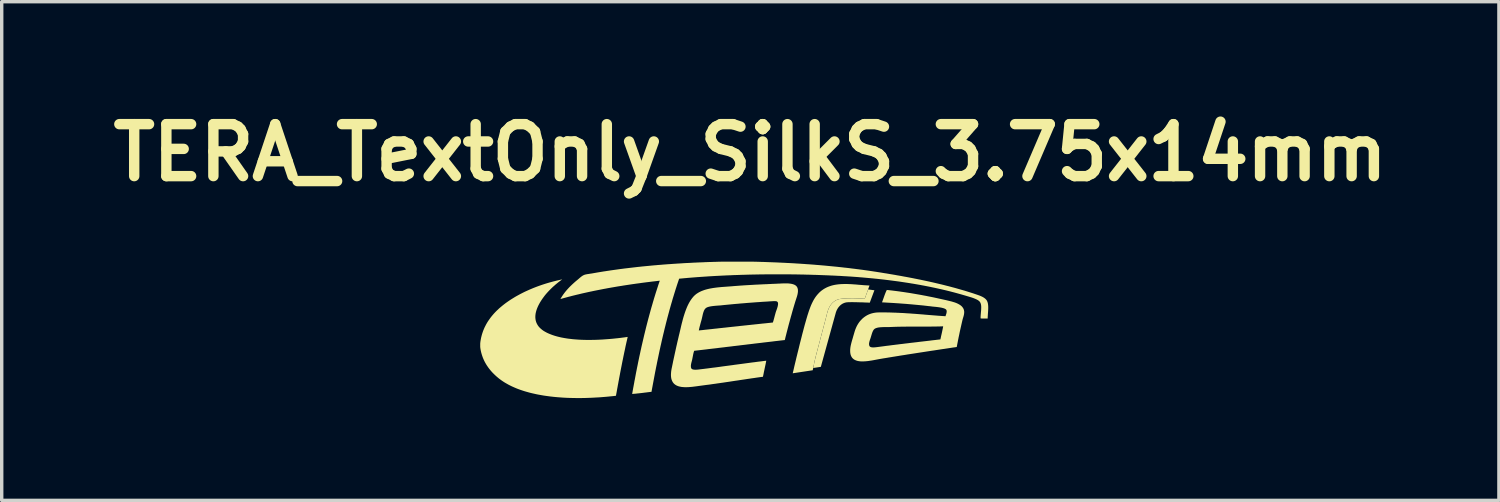
<source format=kicad_pcb>
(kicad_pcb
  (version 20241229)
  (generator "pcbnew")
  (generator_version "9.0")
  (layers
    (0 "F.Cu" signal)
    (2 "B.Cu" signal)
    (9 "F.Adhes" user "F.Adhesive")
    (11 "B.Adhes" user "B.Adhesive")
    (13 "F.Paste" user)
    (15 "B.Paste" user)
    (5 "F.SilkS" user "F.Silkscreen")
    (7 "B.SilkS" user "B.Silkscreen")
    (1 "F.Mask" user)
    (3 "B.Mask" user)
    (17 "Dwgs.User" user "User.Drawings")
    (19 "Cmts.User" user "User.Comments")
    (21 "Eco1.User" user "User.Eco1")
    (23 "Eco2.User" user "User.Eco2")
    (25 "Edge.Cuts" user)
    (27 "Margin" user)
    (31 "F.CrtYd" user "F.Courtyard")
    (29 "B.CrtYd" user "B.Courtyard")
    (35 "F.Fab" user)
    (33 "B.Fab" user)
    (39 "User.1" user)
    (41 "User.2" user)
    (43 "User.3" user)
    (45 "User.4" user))
  (footprint "TERA_TextOnly_SilkS_3.75x14mm"
    (layer "F.Cu")
    (at 18.956 6.592)
    (property "Reference" "TERA_TextOnly_SilkS_3.75x14mm" (at 0 -5.166 0) (layer "F.SilkS") (effects (font (size 1.524 1.524) (thickness 0.305))))
    (attr smd)
    (fp_poly (pts (xy 1.88 0.972) (xy 1.917 0.816) (xy 2.236 -0.389) (xy 2.24 -0.406) (xy 2.25 -0.449) (xy 2.267 -0.507) (xy 2.272 -0.525) (xy 2.281 -0.55) (xy 2.292 -0.579) (xy 2.307 -0.613) (xy 2.325 -0.649) (xy 2.348 -0.686) (xy 2.376 -0.723) (xy 2.409 -0.76) (xy 2.447 -0.793) (xy 2.491 -0.824) (xy 2.541 -0.849) (xy 2.598 -0.868) (xy 2.661 -0.879) (xy 2.725 -0.885) (xy 2.792 -0.889) (xy 2.859 -0.892) (xy 2.927 -0.893) (xy 2.993 -0.894) (xy 3.057 -0.893) (xy 3.118 -0.891) (xy 3.174 -0.889) (xy 3.224 -0.887) (xy 3.268 -0.885) (xy 3.304 -0.883) (xy 3.332 -0.881) (xy 3.349 -0.88) (xy 3.355 -0.879) (xy 3.455 -1.153) (xy 3.639 -1.129) (xy 3.503 -0.765) (xy 3.496 -0.765) (xy 3.476 -0.766) (xy 3.445 -0.768) (xy 3.403 -0.769) (xy 3.352 -0.771) (xy 3.294 -0.774) (xy 3.231 -0.775) (xy 3.163 -0.777) (xy 3.091 -0.779) (xy 3.019 -0.78) (xy 2.946 -0.78) (xy 2.874 -0.779) (xy 2.808 -0.773) (xy 2.749 -0.756) (xy 2.698 -0.731) (xy 2.654 -0.701) (xy 2.617 -0.666) (xy 2.586 -0.63) (xy 2.561 -0.593) (xy 2.542 -0.559) (xy 2.527 -0.528) (xy 2.518 -0.504) (xy 2.512 -0.488) (xy 2.51 -0.482) (xy 2.068 1.117) (xy 1.845 1.151) (xy 1.88 0.972) (xy 1.88 0.972)) (stroke (width 0) (type solid)) (fill yes) (layer "F.SilkS"))
    (fp_poly (pts (xy 1.83 1.217) (xy 1.243 1.306) (xy 1.244 1.303) (xy 1.246 1.293) (xy 1.25 1.279) (xy 1.255 1.258) (xy 1.261 1.233) (xy 1.268 1.202) (xy 1.276 1.168) (xy 1.285 1.128) (xy 1.295 1.085) (xy 1.306 1.039) (xy 1.318 0.989) (xy 1.331 0.936) (xy 1.344 0.88) (xy 1.358 0.822) (xy 1.373 0.762) (xy 1.388 0.7) (xy 1.404 0.637) (xy 1.42 0.572) (xy 1.436 0.506) (xy 1.452 0.44) (xy 1.469 0.374) (xy 1.486 0.307) (xy 1.503 0.241) (xy 1.519 0.176) (xy 1.536 0.111) (xy 1.553 0.048) (xy 1.569 -0.014) (xy 1.585 -0.074) (xy 1.601 -0.132) (xy 1.617 -0.187) (xy 1.632 -0.24) (xy 1.646 -0.29) (xy 1.662 -0.343) (xy 1.677 -0.395) (xy 1.694 -0.446) (xy 1.71 -0.497) (xy 1.727 -0.547) (xy 1.745 -0.596) (xy 1.763 -0.644) (xy 1.782 -0.691) (xy 1.802 -0.736) (xy 1.824 -0.781) (xy 1.846 -0.824) (xy 1.87 -0.866) (xy 1.896 -0.907) (xy 1.923 -0.946) (xy 1.952 -0.983) (xy 1.982 -1.018) (xy 2.013 -1.052) (xy 2.046 -1.083) (xy 2.081 -1.113) (xy 2.118 -1.14) (xy 2.156 -1.166) (xy 2.196 -1.189) (xy 2.238 -1.211) (xy 2.281 -1.23) (xy 2.327 -1.247) (xy 2.374 -1.263) (xy 2.423 -1.276) (xy 2.474 -1.287) (xy 2.528 -1.296) (xy 2.583 -1.303) (xy 2.64 -1.308) (xy 2.693 -1.311) (xy 2.745 -1.312) (xy 2.796 -1.313) (xy 2.847 -1.312) (xy 2.898 -1.31) (xy 2.948 -1.308) (xy 2.998 -1.305) (xy 3.048 -1.301) (xy 3.098 -1.298) (xy 3.147 -1.293) (xy 3.196 -1.289) (xy 3.246 -1.285) (xy 3.295 -1.281) (xy 3.344 -1.277) (xy 3.394 -1.274) (xy 3.444 -1.271) (xy 3.494 -1.269) (xy 3.482 -1.23) (xy 3.467 -1.192) (xy 3.455 -1.153) (xy 3.355 -0.879) (xy 3.349 -0.88) (xy 3.332 -0.881) (xy 3.304 -0.883) (xy 3.268 -0.885) (xy 3.224 -0.887) (xy 3.174 -0.889) (xy 3.118 -0.891) (xy 3.057 -0.893) (xy 2.993 -0.894) (xy 2.927 -0.893) (xy 2.859 -0.892) (xy 2.792 -0.889) (xy 2.725 -0.885) (xy 2.661 -0.879) (xy 2.598 -0.868) (xy 2.541 -0.849) (xy 2.491 -0.824) (xy 2.447 -0.793) (xy 2.409 -0.76) (xy 2.376 -0.723) (xy 2.348 -0.686) (xy 2.325 -0.649) (xy 2.307 -0.613) (xy 2.292 -0.579) (xy 2.281 -0.55) (xy 2.272 -0.525) (xy 2.267 -0.507) (xy 2.25 -0.449) (xy 2.24 -0.406) (xy 2.236 -0.389) (xy 1.917 0.816) (xy 1.88 0.972) (xy 1.845 1.151) (xy 1.835 1.192) (xy 1.83 1.217)) (stroke (width 0) (type solid)) (fill yes) (layer "F.SilkS"))
    (fp_poly (pts (xy -3.597 0.239) (xy -3.608 0.288) (xy -3.619 0.338) (xy -3.631 0.388) (xy -3.642 0.437) (xy -3.653 0.487) (xy -3.664 0.537) (xy -3.674 0.587) (xy -3.685 0.638) (xy -3.696 0.688) (xy -3.706 0.738) (xy -3.717 0.789) (xy -3.727 0.839) (xy -3.737 0.89) (xy -3.748 0.94) (xy -3.758 0.991) (xy -3.768 1.042) (xy -3.778 1.093) (xy -3.788 1.144) (xy -3.798 1.195) (xy -3.808 1.246) (xy -3.818 1.297) (xy -3.827 1.348) (xy -3.837 1.399) (xy -3.847 1.451) (xy -3.856 1.502) (xy -3.866 1.553) (xy -3.875 1.605) (xy -3.885 1.656) (xy -3.894 1.708) (xy -3.904 1.759) (xy -3.913 1.811) (xy -3.922 1.862) (xy -3.932 1.914) (xy -3.941 1.965) (xy -3.996 1.972) (xy -4.052 1.978) (xy -4.107 1.983) (xy -4.163 1.989) (xy -4.218 1.994) (xy -4.274 1.999) (xy -4.33 2.003) (xy -4.386 2.008) (xy -4.442 2.012) (xy -4.499 2.015) (xy -4.555 2.018) (xy -4.611 2.021) (xy -4.667 2.024) (xy -4.723 2.026) (xy -4.779 2.028) (xy -4.836 2.03) (xy -4.892 2.031) (xy -4.948 2.032) (xy -5.003 2.032) (xy -5.059 2.032) (xy -5.115 2.032) (xy -5.17 2.031) (xy -5.226 2.03) (xy -5.281 2.029) (xy -5.336 2.027) (xy -5.391 2.025) (xy -5.445 2.022) (xy -5.5 2.019) (xy -5.554 2.015) (xy -5.608 2.011) (xy -5.661 2.007) (xy -5.715 2.002) (xy -5.768 1.997) (xy -5.821 1.991) (xy -5.873 1.985) (xy -5.925 1.978) (xy -5.977 1.971) (xy -6.028 1.964) (xy -6.079 1.956) (xy -6.13 1.947) (xy -6.18 1.938) (xy -6.23 1.929) (xy -6.279 1.919) (xy -6.328 1.908) (xy -6.377 1.897) (xy -6.425 1.886) (xy -6.472 1.874) (xy -6.519 1.861) (xy -6.565 1.848) (xy -6.611 1.835) (xy -6.656 1.821) (xy -6.701 1.806) (xy -6.745 1.791) (xy -6.789 1.775) (xy -6.832 1.759) (xy -6.874 1.742) (xy -6.916 1.724) (xy -6.957 1.706) (xy -6.997 1.688) (xy -7.037 1.668) (xy -7.076 1.649) (xy -7.114 1.628) (xy -7.151 1.607) (xy -7.188 1.586) (xy -7.224 1.564) (xy -7.259 1.541) (xy -7.294 1.517) (xy -7.327 1.493) (xy -7.36 1.469) (xy -7.392 1.443) (xy -7.423 1.417) (xy -7.458 1.387) (xy -7.492 1.355) (xy -7.526 1.322) (xy -7.559 1.289) (xy -7.591 1.254) (xy -7.622 1.218) (xy -7.652 1.181) (xy -7.681 1.143) (xy -7.708 1.104) (xy -7.735 1.064) (xy -7.76 1.022) (xy -7.784 0.98) (xy -7.806 0.936) (xy -7.827 0.89) (xy -7.846 0.844) (xy -7.863 0.796) (xy -7.879 0.746) (xy -7.893 0.696) (xy -7.905 0.644) (xy -7.915 0.59) (xy -7.922 0.535) (xy -7.922 0.433) (xy -7.916 0.377) (xy -7.907 0.322) (xy -7.897 0.268) (xy -7.884 0.215) (xy -7.87 0.163) (xy -7.854 0.113) (xy -7.837 0.064) (xy -7.817 0.015) (xy -7.797 -0.032) (xy -7.774 -0.078) (xy -7.751 -0.123) (xy -7.726 -0.167) (xy -7.7 -0.21) (xy -7.672 -0.251) (xy -7.643 -0.292) (xy -7.614 -0.332) (xy -7.583 -0.371) (xy -7.551 -0.409) (xy -7.519 -0.446) (xy -7.485 -0.482) (xy -7.451 -0.517) (xy -7.416 -0.551) (xy -7.381 -0.584) (xy -7.345 -0.616) (xy -7.308 -0.647) (xy -7.271 -0.678) (xy -7.234 -0.707) (xy -7.197 -0.736) (xy -7.159 -0.764) (xy -7.121 -0.791) (xy -7.083 -0.817) (xy -7.045 -0.843) (xy -7.004 -0.869) (xy -6.962 -0.895) (xy -6.92 -0.921) (xy -6.878 -0.946) (xy -6.835 -0.97) (xy -6.791 -0.994) (xy -6.747 -1.018) (xy -6.702 -1.041) (xy -6.657 -1.064) (xy -6.612 -1.086) (xy -6.566 -1.107) (xy -6.519 -1.128) (xy -6.473 -1.149) (xy -6.425 -1.169) (xy -6.378 -1.189) (xy -6.33 -1.208) (xy -6.281 -1.227) (xy -6.233 -1.245) (xy -6.183 -1.263) (xy -6.134 -1.28) (xy -6.084 -1.297) (xy -6.034 -1.313) (xy -5.984 -1.329) (xy -5.933 -1.344) (xy -5.882 -1.359) (xy -5.83 -1.373) (xy -5.779 -1.387) (xy -5.727 -1.4) (xy -5.675 -1.413) (xy -5.622 -1.425) (xy -5.57 -1.437) (xy -5.517 -1.449) (xy -5.557 -1.419) (xy -5.597 -1.389) (xy -5.636 -1.359) (xy -5.674 -1.328) (xy -5.713 -1.296) (xy -5.75 -1.263) (xy -5.788 -1.23) (xy -5.824 -1.196) (xy -5.86 -1.161) (xy -5.895 -1.125) (xy -5.929 -1.089) (xy -5.963 -1.052) (xy -5.996 -1.014) (xy -6.028 -0.975) (xy -6.058 -0.935) (xy -6.088 -0.894) (xy -6.117 -0.852) (xy -6.145 -0.809) (xy -6.172 -0.765) (xy -6.194 -0.725) (xy -6.216 -0.683) (xy -6.237 -0.638) (xy -6.256 -0.591) (xy -6.273 -0.543) (xy -6.287 -0.493) (xy -6.298 -0.442) (xy -6.304 -0.391) (xy -6.306 -0.339) (xy -6.302 -0.288) (xy -6.293 -0.236) (xy -6.278 -0.188) (xy -6.258 -0.143) (xy -6.234 -0.102) (xy -6.206 -0.063) (xy -6.174 -0.028) (xy -6.138 0.005) (xy -6.1 0.036) (xy -6.06 0.064) (xy -6.017 0.089) (xy -5.973 0.113) (xy -5.935 0.131) (xy -5.896 0.148) (xy -5.856 0.164) (xy -5.815 0.18) (xy -5.773 0.194) (xy -5.73 0.208) (xy -5.685 0.221) (xy -5.64 0.233) (xy -5.594 0.244) (xy -5.547 0.255) (xy -5.499 0.264) (xy -5.45 0.273) (xy -5.401 0.281) (xy -5.351 0.289) (xy -5.3 0.295) (xy -5.249 0.301) (xy -5.197 0.307) (xy -5.145 0.311) (xy -5.092 0.315) (xy -5.038 0.319) (xy -4.985 0.322) (xy -4.931 0.324) (xy -4.876 0.326) (xy -4.822 0.327) (xy -4.767 0.327) (xy -4.712 0.327) (xy -4.657 0.327) (xy -4.602 0.326) (xy -4.547 0.325) (xy -4.491 0.323) (xy -4.436 0.321) (xy -4.381 0.318) (xy -4.326 0.315) (xy -4.272 0.311) (xy -4.217 0.307) (xy -4.163 0.303) (xy -4.109 0.299) (xy -4.055 0.294) (xy -4.002 0.289) (xy -3.949 0.283) (xy -3.897 0.278) (xy -3.846 0.272) (xy -3.794 0.266) (xy -3.744 0.259) (xy -3.694 0.253) (xy -3.645 0.246) (xy -3.597 0.239)) (stroke (width 0) (type solid)) (fill yes) (layer "F.SilkS"))
    (fp_poly (pts (xy 6.272 -0.508) (xy 5.574 0.312) (xy 5.585 0.264) (xy 5.595 0.216) (xy 5.606 0.169) (xy 5.617 0.121) (xy 5.627 0.074) (xy 5.637 0.026) (xy 5.647 -0.023) (xy 5.656 -0.071) (xy 5.607 -0.07) (xy 5.557 -0.068) (xy 5.506 -0.067) (xy 5.455 -0.066) (xy 5.403 -0.065) (xy 5.351 -0.065) (xy 5.299 -0.064) (xy 5.246 -0.064) (xy 5.194 -0.064) (xy 5.14 -0.064) (xy 5.087 -0.064) (xy 5.033 -0.064) (xy 4.98 -0.064) (xy 4.926 -0.064) (xy 4.872 -0.064) (xy 4.818 -0.064) (xy 4.764 -0.063) (xy 4.71 -0.063) (xy 4.656 -0.063) (xy 4.602 -0.063) (xy 4.548 -0.062) (xy 4.494 -0.062) (xy 4.44 -0.061) (xy 4.387 -0.06) (xy 4.334 -0.059) (xy 4.281 -0.058) (xy 4.228 -0.056) (xy 4.176 -0.054) (xy 4.124 -0.052) (xy 4.072 -0.05) (xy 4.019 -0.05) (xy 3.966 -0.05) (xy 3.914 -0.049) (xy 3.863 -0.047) (xy 3.814 -0.044) (xy 3.768 -0.039) (xy 3.726 -0.031) (xy 3.687 -0.019) (xy 3.654 -0.004) (xy 3.625 0.02) (xy 3.602 0.054) (xy 3.582 0.096) (xy 3.566 0.142) (xy 3.551 0.191) (xy 3.537 0.239) (xy 3.524 0.28) (xy 3.507 0.328) (xy 3.492 0.379) (xy 3.482 0.43) (xy 3.483 0.477) (xy 3.498 0.515) (xy 3.524 0.535) (xy 3.561 0.545) (xy 3.606 0.548) (xy 3.654 0.545) (xy 3.7 0.54) (xy 3.741 0.535) (xy 3.794 0.528) (xy 3.847 0.521) (xy 3.9 0.514) (xy 3.952 0.507) (xy 4.005 0.5) (xy 4.058 0.494) (xy 4.111 0.487) (xy 4.163 0.48) (xy 4.216 0.474) (xy 4.268 0.467) (xy 4.321 0.461) (xy 4.373 0.454) (xy 4.426 0.448) (xy 4.478 0.442) (xy 4.531 0.435) (xy 4.583 0.429) (xy 4.635 0.423) (xy 4.687 0.416) (xy 4.74 0.41) (xy 4.792 0.404) (xy 4.844 0.398) (xy 4.896 0.392) (xy 4.949 0.385) (xy 5.001 0.379) (xy 5.053 0.373) (xy 5.105 0.367) (xy 5.157 0.361) (xy 5.209 0.355) (xy 5.261 0.349) (xy 5.314 0.342) (xy 5.366 0.336) (xy 5.418 0.33) (xy 5.47 0.324) (xy 5.522 0.318) (xy 5.574 0.312) (xy 5.574 0.312) (xy 6.272 -0.508) (xy 6.272 -0.464) (xy 6.266 -0.42) (xy 6.256 -0.376) (xy 6.243 -0.332) (xy 6.23 -0.289) (xy 6.219 -0.246) (xy 6.208 -0.199) (xy 6.197 -0.151) (xy 6.186 -0.102) (xy 6.175 -0.054) (xy 6.164 -0.005) (xy 6.153 0.044) (xy 6.142 0.094) (xy 6.132 0.143) (xy 6.122 0.193) (xy 6.111 0.242) (xy 6.101 0.292) (xy 6.091 0.341) (xy 6.082 0.39) (xy 6.072 0.439) (xy 6.063 0.487) (xy 6.054 0.535) (xy 6.002 0.543) (xy 5.949 0.55) (xy 5.897 0.558) (xy 5.845 0.566) (xy 5.793 0.574) (xy 5.74 0.582) (xy 5.688 0.59) (xy 5.636 0.597) (xy 5.584 0.605) (xy 5.532 0.613) (xy 5.48 0.621) (xy 5.428 0.629) (xy 5.377 0.637) (xy 5.325 0.644) (xy 5.273 0.652) (xy 5.221 0.66) (xy 5.169 0.668) (xy 5.118 0.676) (xy 5.066 0.684) (xy 5.014 0.692) (xy 4.962 0.7) (xy 4.91 0.708) (xy 4.859 0.716) (xy 4.807 0.724) (xy 4.755 0.732) (xy 4.703 0.74) (xy 4.651 0.748) (xy 4.599 0.756) (xy 4.547 0.765) (xy 4.495 0.773) (xy 4.443 0.781) (xy 4.391 0.789) (xy 4.339 0.798) (xy 4.287 0.806) (xy 4.234 0.815) (xy 4.182 0.823) (xy 4.13 0.832) (xy 4.077 0.84) (xy 4.025 0.849) (xy 3.972 0.858) (xy 3.919 0.866) (xy 3.866 0.875) (xy 3.814 0.884) (xy 3.774 0.891) (xy 3.732 0.899) (xy 3.689 0.907) (xy 3.645 0.915) (xy 3.599 0.924) (xy 3.552 0.932) (xy 3.505 0.939) (xy 3.458 0.946) (xy 3.411 0.951) (xy 3.364 0.955) (xy 3.318 0.957) (xy 3.273 0.958) (xy 3.23 0.956) (xy 3.188 0.951) (xy 3.148 0.944) (xy 3.111 0.933) (xy 3.076 0.919) (xy 3.044 0.902) (xy 3.015 0.88) (xy 2.99 0.855) (xy 2.969 0.825) (xy 2.952 0.79) (xy 2.939 0.75) (xy 2.931 0.704) (xy 2.928 0.654) (xy 2.929 0.604) (xy 2.934 0.554) (xy 2.942 0.505) (xy 2.953 0.456) (xy 2.965 0.408) (xy 2.978 0.361) (xy 2.991 0.316) (xy 3.004 0.273) (xy 3.018 0.222) (xy 3.033 0.172) (xy 3.047 0.124) (xy 3.061 0.077) (xy 3.076 0.031) (xy 3.094 -0.014) (xy 3.113 -0.058) (xy 3.135 -0.101) (xy 3.159 -0.142) (xy 3.185 -0.181) (xy 3.213 -0.218) (xy 3.244 -0.253) (xy 3.276 -0.287) (xy 3.31 -0.317) (xy 3.347 -0.346) (xy 3.385 -0.372) (xy 3.425 -0.396) (xy 3.468 -0.417) (xy 3.512 -0.435) (xy 3.559 -0.45) (xy 3.607 -0.462) (xy 3.658 -0.471) (xy 3.71 -0.477) (xy 3.765 -0.479) (xy 3.821 -0.479) (xy 3.876 -0.479) (xy 3.931 -0.479) (xy 3.986 -0.479) (xy 4.041 -0.478) (xy 4.095 -0.477) (xy 4.148 -0.475) (xy 4.202 -0.473) (xy 4.255 -0.472) (xy 4.308 -0.469) (xy 4.361 -0.467) (xy 4.413 -0.464) (xy 4.466 -0.462) (xy 4.518 -0.459) (xy 4.569 -0.455) (xy 4.621 -0.452) (xy 4.672 -0.449) (xy 4.723 -0.445) (xy 4.774 -0.441) (xy 4.825 -0.438) (xy 4.876 -0.434) (xy 4.926 -0.43) (xy 4.977 -0.426) (xy 5.027 -0.422) (xy 5.077 -0.418) (xy 5.127 -0.413) (xy 5.177 -0.409) (xy 5.227 -0.405) (xy 5.277 -0.401) (xy 5.327 -0.397) (xy 5.377 -0.393) (xy 5.426 -0.389) (xy 5.476 -0.385) (xy 5.526 -0.381) (xy 5.575 -0.378) (xy 5.625 -0.374) (xy 5.675 -0.371) (xy 5.724 -0.367) (xy 5.737 -0.408) (xy 5.752 -0.454) (xy 5.76 -0.501) (xy 5.754 -0.547) (xy 5.737 -0.568) (xy 5.708 -0.587) (xy 5.668 -0.602) (xy 5.62 -0.615) (xy 5.568 -0.625) (xy 5.513 -0.633) (xy 5.459 -0.64) (xy 5.408 -0.645) (xy 5.363 -0.649) (xy 5.327 -0.653) (xy 5.276 -0.66) (xy 5.225 -0.665) (xy 5.174 -0.671) (xy 5.122 -0.677) (xy 5.07 -0.683) (xy 5.018 -0.688) (xy 4.966 -0.693) (xy 4.913 -0.698) (xy 4.861 -0.703) (xy 4.808 -0.708) (xy 4.755 -0.713) (xy 4.702 -0.718) (xy 4.649 -0.722) (xy 4.596 -0.727) (xy 4.543 -0.731) (xy 4.49 -0.735) (xy 4.437 -0.739) (xy 4.384 -0.743) (xy 4.331 -0.747) (xy 4.278 -0.75) (xy 4.225 -0.754) (xy 4.173 -0.757) (xy 4.121 -0.76) (xy 4.068 -0.763) (xy 4.016 -0.766) (xy 3.965 -0.769) (xy 3.913 -0.772) (xy 3.862 -0.775) (xy 3.879 -0.82) (xy 3.896 -0.868) (xy 3.914 -0.918) (xy 3.931 -0.967) (xy 3.949 -1.015) (xy 3.967 -1.061) (xy 3.985 -1.102) (xy 4.003 -1.138) (xy 4.056 -1.133) (xy 4.108 -1.127) (xy 4.161 -1.121) (xy 4.214 -1.114) (xy 4.266 -1.108) (xy 4.319 -1.101) (xy 4.372 -1.094) (xy 4.424 -1.086) (xy 4.477 -1.079) (xy 4.53 -1.071) (xy 4.582 -1.063) (xy 4.635 -1.055) (xy 4.687 -1.047) (xy 4.74 -1.038) (xy 4.792 -1.029) (xy 4.844 -1.02) (xy 4.896 -1.011) (xy 4.948 -1.002) (xy 5 -0.993) (xy 5.052 -0.983) (xy 5.103 -0.973) (xy 5.155 -0.964) (xy 5.206 -0.953) (xy 5.257 -0.943) (xy 5.308 -0.933) (xy 5.359 -0.923) (xy 5.41 -0.912) (xy 5.46 -0.901) (xy 5.51 -0.89) (xy 5.56 -0.879) (xy 5.61 -0.868) (xy 5.66 -0.857) (xy 5.709 -0.846) (xy 5.758 -0.835) (xy 5.807 -0.823) (xy 5.852 -0.812) (xy 5.898 -0.801) (xy 5.945 -0.787) (xy 5.992 -0.773) (xy 6.038 -0.756) (xy 6.083 -0.736) (xy 6.124 -0.714) (xy 6.163 -0.689) (xy 6.197 -0.661) (xy 6.225 -0.629) (xy 6.248 -0.593) (xy 6.264 -0.553) (xy 6.272 -0.508)) (stroke (width 0) (type solid)) (fill yes) (layer "F.SilkS"))
    (fp_poly (pts (xy 1.384 -1.197) (xy 0.744 -0.479) (xy 0.754 -0.51) (xy 0.77 -0.553) (xy 0.787 -0.602) (xy 0.802 -0.654) (xy 0.812 -0.705) (xy 0.813 -0.75) (xy 0.802 -0.784) (xy 0.77 -0.806) (xy 0.721 -0.811) (xy 0.661 -0.809) (xy 0.611 -0.806) (xy 0.561 -0.803) (xy 0.51 -0.799) (xy 0.459 -0.796) (xy 0.407 -0.793) (xy 0.356 -0.79) (xy 0.304 -0.786) (xy 0.251 -0.782) (xy 0.199 -0.779) (xy 0.146 -0.775) (xy 0.094 -0.771) (xy 0.041 -0.767) (xy -0.012 -0.763) (xy -0.065 -0.759) (xy -0.118 -0.755) (xy -0.171 -0.75) (xy -0.224 -0.746) (xy -0.277 -0.742) (xy -0.33 -0.737) (xy -0.383 -0.732) (xy -0.436 -0.728) (xy -0.488 -0.723) (xy -0.541 -0.718) (xy -0.593 -0.713) (xy -0.645 -0.708) (xy -0.697 -0.703) (xy -0.749 -0.698) (xy -0.801 -0.693) (xy -0.852 -0.687) (xy -0.897 -0.683) (xy -0.947 -0.68) (xy -0.999 -0.676) (xy -1.053 -0.671) (xy -1.106 -0.665) (xy -1.157 -0.658) (xy -1.205 -0.648) (xy -1.248 -0.636) (xy -1.284 -0.62) (xy -1.312 -0.6) (xy -1.34 -0.567) (xy -1.361 -0.527) (xy -1.378 -0.48) (xy -1.392 -0.431) (xy -1.403 -0.381) (xy -1.414 -0.333) (xy -1.424 -0.29) (xy -1.437 -0.24) (xy -1.451 -0.192) (xy -1.464 -0.145) (xy -1.476 -0.098) (xy -1.489 -0.051) (xy -1.5 -0.002) (xy -1.511 0.05) (xy -1.46 0.044) (xy -1.408 0.039) (xy -1.356 0.033) (xy -1.305 0.027) (xy -1.253 0.022) (xy -1.201 0.016) (xy -1.15 0.011) (xy -1.098 0.005) (xy -1.046 -0.001) (xy -0.995 -0.006) (xy -0.943 -0.012) (xy -0.891 -0.018) (xy -0.84 -0.023) (xy -0.788 -0.029) (xy -0.736 -0.034) (xy -0.685 -0.04) (xy -0.633 -0.046) (xy -0.581 -0.051) (xy -0.53 -0.057) (xy -0.478 -0.062) (xy -0.426 -0.068) (xy -0.374 -0.073) (xy -0.323 -0.079) (xy -0.271 -0.085) (xy -0.219 -0.09) (xy -0.168 -0.096) (xy -0.116 -0.101) (xy -0.064 -0.107) (xy -0.012 -0.112) (xy 0.039 -0.118) (xy 0.091 -0.123) (xy 0.143 -0.129) (xy 0.195 -0.134) (xy 0.247 -0.14) (xy 0.298 -0.145) (xy 0.35 -0.151) (xy 0.402 -0.156) (xy 0.454 -0.161) (xy 0.506 -0.167) (xy 0.558 -0.172) (xy 0.61 -0.178) (xy 0.661 -0.183) (xy 0.677 -0.233) (xy 0.69 -0.28) (xy 0.703 -0.327) (xy 0.715 -0.374) (xy 0.729 -0.425) (xy 0.744 -0.479) (xy 1.384 -1.197) (xy 1.395 -1.15) (xy 1.397 -1.101) (xy 1.392 -1.051) (xy 1.382 -0.999) (xy 1.368 -0.948) (xy 1.352 -0.898) (xy 1.336 -0.849) (xy 1.321 -0.804) (xy 1.307 -0.757) (xy 1.292 -0.709) (xy 1.278 -0.661) (xy 1.263 -0.611) (xy 1.249 -0.562) (xy 1.234 -0.511) (xy 1.22 -0.46) (xy 1.206 -0.409) (xy 1.191 -0.358) (xy 1.177 -0.306) (xy 1.163 -0.255) (xy 1.149 -0.203) (xy 1.135 -0.152) (xy 1.121 -0.101) (xy 1.108 -0.05) (xy 1.095 -0.000054) (xy 1.082 0.05) (xy 1.069 0.099) (xy 1.057 0.147) (xy 1.045 0.195) (xy 1.033 0.241) (xy 1.022 0.287) (xy 1.011 0.331) (xy 0.958 0.337) (xy 0.906 0.343) (xy 0.854 0.349) (xy 0.802 0.355) (xy 0.749 0.361) (xy 0.697 0.367) (xy 0.645 0.374) (xy 0.593 0.38) (xy 0.541 0.386) (xy 0.489 0.392) (xy 0.437 0.398) (xy 0.384 0.404) (xy 0.332 0.411) (xy 0.28 0.417) (xy 0.228 0.423) (xy 0.176 0.429) (xy 0.124 0.435) (xy 0.072 0.442) (xy 0.02 0.448) (xy -0.032 0.454) (xy -0.084 0.46) (xy -0.136 0.467) (xy -0.188 0.473) (xy -0.24 0.479) (xy -0.292 0.485) (xy -0.344 0.492) (xy -0.396 0.498) (xy -0.448 0.504) (xy -0.501 0.51) (xy -0.553 0.517) (xy -0.605 0.523) (xy -0.657 0.529) (xy -0.709 0.535) (xy -0.761 0.542) (xy -0.813 0.548) (xy -0.865 0.554) (xy -0.917 0.56) (xy -0.969 0.567) (xy -1.021 0.573) (xy -1.073 0.579) (xy -1.125 0.585) (xy -1.177 0.591) (xy -1.23 0.597) (xy -1.282 0.604) (xy -1.334 0.61) (xy -1.386 0.616) (xy -1.438 0.622) (xy -1.49 0.628) (xy -1.543 0.634) (xy -1.595 0.64) (xy -1.647 0.646) (xy -1.662 0.693) (xy -1.674 0.742) (xy -1.684 0.793) (xy -1.694 0.846) (xy -1.705 0.903) (xy -1.715 0.942) (xy -1.727 0.988) (xy -1.738 1.036) (xy -1.744 1.084) (xy -1.742 1.128) (xy -1.73 1.165) (xy -1.704 1.187) (xy -1.664 1.198) (xy -1.616 1.202) (xy -1.564 1.2) (xy -1.513 1.195) (xy -1.468 1.189) (xy -1.416 1.183) (xy -1.364 1.177) (xy -1.312 1.17) (xy -1.26 1.164) (xy -1.208 1.157) (xy -1.155 1.15) (xy -1.103 1.143) (xy -1.05 1.137) (xy -0.997 1.13) (xy -0.944 1.123) (xy -0.891 1.116) (xy -0.838 1.108) (xy -0.785 1.101) (xy -0.732 1.094) (xy -0.679 1.087) (xy -0.626 1.08) (xy -0.573 1.073) (xy -0.52 1.066) (xy -0.467 1.058) (xy -0.414 1.051) (xy -0.361 1.044) (xy -0.308 1.037) (xy -0.255 1.03) (xy -0.202 1.023) (xy -0.15 1.016) (xy -0.097 1.009) (xy -0.045 1.002) (xy 0.007 0.995) (xy 0.059 0.988) (xy 0.111 0.982) (xy 0.163 0.975) (xy 0.214 0.968) (xy 0.265 0.962) (xy 0.316 0.956) (xy 0.367 0.949) (xy 0.417 0.943) (xy 0.467 0.937) (xy 0.458 0.985) (xy 0.449 1.032) (xy 0.439 1.079) (xy 0.429 1.126) (xy 0.419 1.173) (xy 0.409 1.22) (xy 0.399 1.266) (xy 0.39 1.313) (xy 0.38 1.36) (xy 0.37 1.408) (xy 0.321 1.414) (xy 0.271 1.421) (xy 0.221 1.428) (xy 0.171 1.435) (xy 0.121 1.443) (xy 0.07 1.45) (xy 0.019 1.457) (xy -0.031 1.465) (xy -0.082 1.472) (xy -0.134 1.48) (xy -0.185 1.488) (xy -0.236 1.495) (xy -0.288 1.503) (xy -0.339 1.511) (xy -0.391 1.519) (xy -0.443 1.526) (xy -0.495 1.534) (xy -0.547 1.542) (xy -0.599 1.55) (xy -0.651 1.558) (xy -0.703 1.565) (xy -0.755 1.573) (xy -0.807 1.581) (xy -0.86 1.588) (xy -0.912 1.596) (xy -0.964 1.603) (xy -1.016 1.611) (xy -1.068 1.618) (xy -1.12 1.625) (xy -1.172 1.633) (xy -1.224 1.64) (xy -1.276 1.646) (xy -1.328 1.653) (xy -1.38 1.66) (xy -1.424 1.666) (xy -1.469 1.672) (xy -1.515 1.678) (xy -1.562 1.685) (xy -1.609 1.691) (xy -1.657 1.697) (xy -1.704 1.703) (xy -1.752 1.707) (xy -1.799 1.711) (xy -1.845 1.713) (xy -1.891 1.714) (xy -1.936 1.713) (xy -1.979 1.71) (xy -2.021 1.706) (xy -2.061 1.698) (xy -2.099 1.689) (xy -2.136 1.676) (xy -2.169 1.661) (xy -2.2 1.642) (xy -2.229 1.62) (xy -2.254 1.594) (xy -2.276 1.564) (xy -2.294 1.53) (xy -2.309 1.492) (xy -2.32 1.45) (xy -2.326 1.403) (xy -2.328 1.353) (xy -2.326 1.304) (xy -2.322 1.255) (xy -2.315 1.207) (xy -2.306 1.159) (xy -2.296 1.113) (xy -2.287 1.068) (xy -2.276 1.016) (xy -2.266 0.964) (xy -2.255 0.913) (xy -2.244 0.862) (xy -2.233 0.812) (xy -2.222 0.761) (xy -2.211 0.711) (xy -2.2 0.661) (xy -2.189 0.61) (xy -2.178 0.56) (xy -2.167 0.51) (xy -2.155 0.46) (xy -2.144 0.409) (xy -2.132 0.358) (xy -2.12 0.307) (xy -2.108 0.256) (xy -2.096 0.204) (xy -2.083 0.152) (xy -2.071 0.101) (xy -2.059 0.05) (xy -2.047 -0.002) (xy -2.035 -0.054) (xy -2.023 -0.106) (xy -2.01 -0.158) (xy -1.996 -0.21) (xy -1.983 -0.262) (xy -1.969 -0.313) (xy -1.954 -0.364) (xy -1.938 -0.415) (xy -1.922 -0.464) (xy -1.905 -0.513) (xy -1.887 -0.561) (xy -1.868 -0.609) (xy -1.849 -0.654) (xy -1.828 -0.699) (xy -1.806 -0.742) (xy -1.783 -0.784) (xy -1.758 -0.825) (xy -1.732 -0.863) (xy -1.705 -0.9) (xy -1.676 -0.935) (xy -1.646 -0.967) (xy -1.614 -0.996) (xy -1.58 -1.023) (xy -1.543 -1.047) (xy -1.505 -1.07) (xy -1.465 -1.09) (xy -1.423 -1.109) (xy -1.38 -1.125) (xy -1.335 -1.141) (xy -1.289 -1.154) (xy -1.242 -1.166) (xy -1.193 -1.177) (xy -1.143 -1.186) (xy -1.093 -1.195) (xy -1.041 -1.202) (xy -0.989 -1.209) (xy -0.935 -1.215) (xy -0.882 -1.22) (xy -0.828 -1.225) (xy -0.773 -1.229) (xy -0.718 -1.233) (xy -0.663 -1.237) (xy -0.608 -1.241) (xy -0.553 -1.245) (xy -0.498 -1.25) (xy -0.445 -1.254) (xy -0.393 -1.258) (xy -0.341 -1.262) (xy -0.289 -1.266) (xy -0.237 -1.269) (xy -0.186 -1.273) (xy -0.134 -1.276) (xy -0.082 -1.279) (xy -0.031 -1.282) (xy 0.021 -1.285) (xy 0.073 -1.288) (xy 0.124 -1.291) (xy 0.176 -1.294) (xy 0.228 -1.296) (xy 0.279 -1.299) (xy 0.331 -1.301) (xy 0.383 -1.304) (xy 0.436 -1.306) (xy 0.488 -1.308) (xy 0.54 -1.311) (xy 0.593 -1.313) (xy 0.646 -1.316) (xy 0.699 -1.318) (xy 0.752 -1.32) (xy 0.806 -1.323) (xy 0.86 -1.325) (xy 0.914 -1.328) (xy 0.964 -1.33) (xy 1.016 -1.331) (xy 1.069 -1.331) (xy 1.121 -1.329) (xy 1.172 -1.323) (xy 1.22 -1.315) (xy 1.265 -1.302) (xy 1.305 -1.285) (xy 1.339 -1.262) (xy 1.365 -1.233) (xy 1.384 -1.197)) (stroke (width 0) (type solid)) (fill yes) (layer "F.SilkS"))
    (fp_poly (pts (xy 6.942 -0.818) (xy 6.957 -0.781) (xy 6.968 -0.739) (xy 6.974 -0.694) (xy 6.977 -0.645) (xy 6.977 -0.595) (xy 6.975 -0.544) (xy 6.972 -0.492) (xy 6.968 -0.441) (xy 6.965 -0.391) (xy 6.962 -0.344) (xy 6.961 -0.299) (xy 6.908 -0.3) (xy 6.854 -0.299) (xy 6.801 -0.299) (xy 6.753 -0.304) (xy 6.753 -0.348) (xy 6.756 -0.395) (xy 6.76 -0.444) (xy 6.764 -0.494) (xy 6.769 -0.544) (xy 6.771 -0.593) (xy 6.772 -0.64) (xy 6.769 -0.685) (xy 6.761 -0.726) (xy 6.748 -0.763) (xy 6.728 -0.794) (xy 6.704 -0.818) (xy 6.671 -0.841) (xy 6.632 -0.862) (xy 6.589 -0.881) (xy 6.541 -0.9) (xy 6.492 -0.917) (xy 6.442 -0.932) (xy 6.393 -0.947) (xy 6.345 -0.961) (xy 6.302 -0.974) (xy 6.256 -0.987) (xy 6.209 -1.001) (xy 6.163 -1.014) (xy 6.116 -1.027) (xy 6.069 -1.04) (xy 6.021 -1.053) (xy 5.974 -1.066) (xy 5.926 -1.078) (xy 5.878 -1.091) (xy 5.83 -1.103) (xy 5.782 -1.115) (xy 5.733 -1.127) (xy 5.685 -1.138) (xy 5.636 -1.15) (xy 5.587 -1.161) (xy 5.537 -1.172) (xy 5.488 -1.183) (xy 5.438 -1.194) (xy 5.388 -1.205) (xy 5.338 -1.215) (xy 5.288 -1.226) (xy 5.237 -1.236) (xy 5.187 -1.246) (xy 5.136 -1.256) (xy 5.085 -1.266) (xy 5.034 -1.275) (xy 4.983 -1.285) (xy 4.931 -1.294) (xy 4.88 -1.303) (xy 4.828 -1.312) (xy 4.776 -1.321) (xy 4.724 -1.329) (xy 4.672 -1.338) (xy 4.62 -1.346) (xy 4.567 -1.354) (xy 4.515 -1.362) (xy 4.462 -1.37) (xy 4.409 -1.378) (xy 4.356 -1.386) (xy 4.303 -1.393) (xy 4.25 -1.4) (xy 4.196 -1.407) (xy 4.143 -1.414) (xy 4.089 -1.421) (xy 4.036 -1.428) (xy 3.982 -1.434) (xy 3.928 -1.441) (xy 3.874 -1.447) (xy 3.82 -1.453) (xy 3.766 -1.459) (xy 3.711 -1.465) (xy 3.657 -1.47) (xy 3.603 -1.476) (xy 3.548 -1.481) (xy 3.494 -1.486) (xy 3.439 -1.491) (xy 3.384 -1.496) (xy 3.329 -1.501) (xy 3.274 -1.506) (xy 3.219 -1.51) (xy 3.164 -1.515) (xy 3.109 -1.519) (xy 3.054 -1.523) (xy 2.999 -1.527) (xy 2.944 -1.531) (xy 2.888 -1.534) (xy 2.833 -1.538) (xy 2.778 -1.541) (xy 2.722 -1.544) (xy 2.667 -1.548) (xy 2.611 -1.551) (xy 2.558 -1.553) (xy 2.505 -1.556) (xy 2.452 -1.559) (xy 2.398 -1.561) (xy 2.345 -1.563) (xy 2.292 -1.566) (xy 2.238 -1.568) (xy 2.185 -1.57) (xy 2.131 -1.572) (xy 2.077 -1.574) (xy 2.024 -1.576) (xy 1.97 -1.578) (xy 1.916 -1.58) (xy 1.862 -1.581) (xy 1.808 -1.583) (xy 1.754 -1.585) (xy 1.701 -1.586) (xy 1.647 -1.587) (xy 1.593 -1.589) (xy 1.538 -1.59) (xy 1.484 -1.591) (xy 1.43 -1.592) (xy 1.376 -1.593) (xy 1.322 -1.594) (xy 1.268 -1.594) (xy 1.214 -1.595) (xy 1.16 -1.596) (xy 1.106 -1.596) (xy 1.051 -1.597) (xy 0.997 -1.597) (xy 0.943 -1.597) (xy 0.889 -1.597) (xy 0.835 -1.597) (xy 0.781 -1.597) (xy 0.727 -1.597) (xy 0.673 -1.597) (xy 0.618 -1.597) (xy 0.564 -1.597) (xy 0.51 -1.596) (xy 0.457 -1.596) (xy 0.403 -1.595) (xy 0.349 -1.595) (xy 0.295 -1.594) (xy 0.241 -1.593) (xy 0.187 -1.592) (xy 0.134 -1.591) (xy 0.08 -1.59) (xy 0.026 -1.589) (xy -0.027 -1.588) (xy -0.081 -1.586) (xy -0.134 -1.585) (xy -0.187 -1.583) (xy -0.241 -1.582) (xy -0.294 -1.58) (xy -0.347 -1.578) (xy -0.4 -1.576) (xy -0.453 -1.575) (xy -0.506 -1.573) (xy -0.559 -1.57) (xy -0.612 -1.568) (xy -0.664 -1.566) (xy -0.717 -1.564) (xy -0.769 -1.561) (xy -0.821 -1.559) (xy -0.874 -1.556) (xy -0.926 -1.553) (xy -0.978 -1.551) (xy -1.03 -1.548) (xy -1.081 -1.545) (xy -1.133 -1.542) (xy -1.185 -1.539) (xy -1.236 -1.536) (xy -1.287 -1.532) (xy -1.339 -1.529) (xy -1.39 -1.525) (xy -1.44 -1.522) (xy -1.491 -1.518) (xy -1.542 -1.515) (xy -1.592 -1.511) (xy -1.643 -1.507) (xy -1.693 -1.503) (xy -1.743 -1.499) (xy -1.793 -1.495) (xy -1.842 -1.491) (xy -1.892 -1.486) (xy -1.941 -1.482) (xy -1.99 -1.477) (xy -2.039 -1.473) (xy -2.088 -1.468) (xy -2.104 -1.421) (xy -2.12 -1.373) (xy -2.136 -1.326) (xy -2.152 -1.278) (xy -2.167 -1.23) (xy -2.183 -1.182) (xy -2.198 -1.134) (xy -2.213 -1.085) (xy -2.228 -1.037) (xy -2.243 -0.988) (xy -2.258 -0.939) (xy -2.273 -0.891) (xy -2.287 -0.842) (xy -2.301 -0.792) (xy -2.316 -0.743) (xy -2.33 -0.694) (xy -2.344 -0.644) (xy -2.358 -0.595) (xy -2.372 -0.545) (xy -2.385 -0.495) (xy -2.399 -0.445) (xy -2.412 -0.395) (xy -2.426 -0.345) (xy -2.439 -0.295) (xy -2.452 -0.244) (xy -2.465 -0.194) (xy -2.478 -0.143) (xy -2.49 -0.093) (xy -2.503 -0.042) (xy -2.516 0.009) (xy -2.528 0.06) (xy -2.54 0.111) (xy -2.553 0.163) (xy -2.565 0.214) (xy -2.577 0.265) (xy -2.589 0.317) (xy -2.601 0.369) (xy -2.612 0.42) (xy -2.624 0.472) (xy -2.636 0.524) (xy -2.647 0.576) (xy -2.659 0.628) (xy -2.67 0.68) (xy -2.681 0.733) (xy -2.692 0.785) (xy -2.703 0.838) (xy -2.714 0.89) (xy -2.725 0.943) (xy -2.736 0.995) (xy -2.746 1.048) (xy -2.757 1.101) (xy -2.768 1.154) (xy -2.778 1.207) (xy -2.789 1.26) (xy -2.799 1.313) (xy -2.809 1.367) (xy -2.819 1.42) (xy -2.829 1.473) (xy -2.839 1.527) (xy -2.849 1.58) (xy -2.859 1.634) (xy -2.869 1.688) (xy -2.879 1.741) (xy -2.889 1.795) (xy -2.898 1.849) (xy -2.949 1.855) (xy -3.001 1.861) (xy -3.053 1.868) (xy -3.106 1.874) (xy -3.158 1.881) (xy -3.211 1.887) (xy -3.263 1.893) (xy -3.315 1.898) (xy -3.366 1.904) (xy -3.417 1.908) (xy -3.466 1.912) (xy -3.456 1.858) (xy -3.447 1.804) (xy -3.437 1.75) (xy -3.427 1.696) (xy -3.417 1.642) (xy -3.407 1.589) (xy -3.398 1.535) (xy -3.387 1.482) (xy -3.377 1.428) (xy -3.367 1.375) (xy -3.357 1.321) (xy -3.347 1.268) (xy -3.336 1.215) (xy -3.326 1.162) (xy -3.315 1.109) (xy -3.304 1.056) (xy -3.294 1.003) (xy -3.283 0.951) (xy -3.272 0.898) (xy -3.261 0.845) (xy -3.25 0.793) (xy -3.238 0.741) (xy -3.227 0.688) (xy -3.216 0.636) (xy -3.204 0.584) (xy -3.193 0.532) (xy -3.181 0.48) (xy -3.169 0.428) (xy -3.157 0.377) (xy -3.145 0.325) (xy -3.133 0.274) (xy -3.121 0.222) (xy -3.109 0.171) (xy -3.096 0.12) (xy -3.084 0.069) (xy -3.071 0.018) (xy -3.059 -0.033) (xy -3.046 -0.084) (xy -3.033 -0.135) (xy -3.02 -0.185) (xy -3.007 -0.235) (xy -2.994 -0.286) (xy -2.98 -0.336) (xy -2.967 -0.386) (xy -2.953 -0.436) (xy -2.939 -0.486) (xy -2.926 -0.536) (xy -2.912 -0.585) (xy -2.898 -0.635) (xy -2.883 -0.684) (xy -2.869 -0.733) (xy -2.855 -0.783) (xy -2.84 -0.832) (xy -2.826 -0.881) (xy -2.811 -0.929) (xy -2.796 -0.978) (xy -2.781 -1.027) (xy -2.766 -1.075) (xy -2.75 -1.123) (xy -2.735 -1.171) (xy -2.719 -1.219) (xy -2.704 -1.267) (xy -2.688 -1.315) (xy -2.672 -1.362) (xy -2.656 -1.41) (xy -2.71 -1.404) (xy -2.764 -1.397) (xy -2.819 -1.391) (xy -2.873 -1.385) (xy -2.927 -1.378) (xy -2.981 -1.371) (xy -3.034 -1.365) (xy -3.088 -1.358) (xy -3.142 -1.351) (xy -3.195 -1.344) (xy -3.249 -1.336) (xy -3.302 -1.329) (xy -3.355 -1.322) (xy -3.408 -1.314) (xy -3.461 -1.307) (xy -3.514 -1.299) (xy -3.567 -1.291) (xy -3.619 -1.283) (xy -3.672 -1.275) (xy -3.724 -1.267) (xy -3.776 -1.258) (xy -3.829 -1.25) (xy -3.881 -1.242) (xy -3.933 -1.233) (xy -3.984 -1.224) (xy -4.036 -1.215) (xy -4.088 -1.206) (xy -4.139 -1.197) (xy -4.19 -1.188) (xy -4.241 -1.178) (xy -4.292 -1.169) (xy -4.343 -1.159) (xy -4.394 -1.149) (xy -4.445 -1.139) (xy -4.495 -1.129) (xy -4.546 -1.119) (xy -4.596 -1.109) (xy -4.646 -1.098) (xy -4.696 -1.088) (xy -4.746 -1.077) (xy -4.796 -1.066) (xy -4.845 -1.055) (xy -4.895 -1.044) (xy -4.944 -1.033) (xy -4.993 -1.021) (xy -5.042 -1.009) (xy -5.091 -0.998) (xy -5.139 -0.986) (xy -5.188 -0.974) (xy -5.236 -0.962) (xy -5.284 -0.949) (xy -5.333 -0.937) (xy -5.38 -0.924) (xy -5.428 -0.911) (xy -5.476 -0.898) (xy -5.523 -0.885) (xy -5.57 -0.872) (xy -5.546 -0.914) (xy -5.519 -0.956) (xy -5.492 -0.997) (xy -5.462 -1.038) (xy -5.432 -1.077) (xy -5.4 -1.116) (xy -5.367 -1.154) (xy -5.333 -1.191) (xy -5.298 -1.228) (xy -5.262 -1.263) (xy -5.226 -1.298) (xy -5.189 -1.332) (xy -5.151 -1.366) (xy -5.114 -1.398) (xy -5.076 -1.429) (xy -5.037 -1.462) (xy -4.996 -1.498) (xy -4.955 -1.531) (xy -4.913 -1.56) (xy -4.872 -1.58) (xy -4.831 -1.592) (xy -4.786 -1.601) (xy -4.737 -1.608) (xy -4.688 -1.616) (xy -4.639 -1.623) (xy -4.591 -1.632) (xy -4.543 -1.64) (xy -4.494 -1.649) (xy -4.446 -1.657) (xy -4.397 -1.665) (xy -4.348 -1.673) (xy -4.299 -1.681) (xy -4.25 -1.688) (xy -4.2 -1.696) (xy -4.151 -1.703) (xy -4.101 -1.711) (xy -4.051 -1.718) (xy -4.001 -1.725) (xy -3.951 -1.732) (xy -3.901 -1.739) (xy -3.851 -1.746) (xy -3.801 -1.753) (xy -3.75 -1.759) (xy -3.699 -1.766) (xy -3.649 -1.772) (xy -3.598 -1.778) (xy -3.547 -1.784) (xy -3.496 -1.79) (xy -3.444 -1.796) (xy -3.393 -1.802) (xy -3.342 -1.808) (xy -3.29 -1.814) (xy -3.238 -1.819) (xy -3.187 -1.825) (xy -3.135 -1.83) (xy -3.083 -1.835) (xy -3.031 -1.84) (xy -2.978 -1.845) (xy -2.926 -1.85) (xy -2.874 -1.855) (xy -2.821 -1.86) (xy -2.769 -1.864) (xy -2.716 -1.869) (xy -2.664 -1.873) (xy -2.611 -1.877) (xy -2.558 -1.882) (xy -2.505 -1.886) (xy -2.452 -1.89) (xy -2.399 -1.894) (xy -2.346 -1.897) (xy -2.293 -1.901) (xy -2.239 -1.905) (xy -2.186 -1.908) (xy -2.133 -1.912) (xy -2.079 -1.915) (xy -2.026 -1.918) (xy -1.972 -1.922) (xy -1.918 -1.925) (xy -1.865 -1.928) (xy -1.811 -1.93) (xy -1.757 -1.933) (xy -1.703 -1.936) (xy -1.65 -1.939) (xy -1.596 -1.941) (xy -1.542 -1.944) (xy -1.488 -1.946) (xy -1.434 -1.948) (xy -1.379 -1.95) (xy -1.325 -1.953) (xy -1.271 -1.955) (xy -1.217 -1.957) (xy -1.163 -1.958) (xy -1.109 -1.96) (xy -1.054 -1.962) (xy -1 -1.963) (xy -0.946 -1.965) (xy -0.891 -1.966) (xy -0.837 -1.968) (xy 0.07 -1.968) (xy 0.124 -1.966) (xy 0.178 -1.965) (xy 0.232 -1.964) (xy 0.286 -1.962) (xy 0.34 -1.96) (xy 0.394 -1.959) (xy 0.448 -1.957) (xy 0.502 -1.955) (xy 0.556 -1.953) (xy 0.61 -1.951) (xy 0.664 -1.949) (xy 0.717 -1.947) (xy 0.771 -1.945) (xy 0.825 -1.942) (xy 0.878 -1.94) (xy 0.932 -1.937) (xy 0.985 -1.935) (xy 1.038 -1.932) (xy 1.092 -1.929) (xy 1.145 -1.927) (xy 1.198 -1.924) (xy 1.251 -1.921) (xy 1.304 -1.918) (xy 1.357 -1.914) (xy 1.41 -1.911) (xy 1.463 -1.908) (xy 1.516 -1.904) (xy 1.569 -1.901) (xy 1.621 -1.897) (xy 1.674 -1.893) (xy 1.727 -1.89) (xy 1.779 -1.886) (xy 1.831 -1.882) (xy 1.884 -1.878) (xy 1.936 -1.873) (xy 1.988 -1.869) (xy 2.041 -1.865) (xy 2.093 -1.86) (xy 2.145 -1.856) (xy 2.197 -1.851) (xy 2.248 -1.846) (xy 2.3 -1.841) (xy 2.352 -1.836) (xy 2.404 -1.831) (xy 2.455 -1.826) (xy 2.507 -1.821) (xy 2.558 -1.816) (xy 2.61 -1.81) (xy 2.661 -1.805) (xy 2.712 -1.799) (xy 2.763 -1.793) (xy 2.814 -1.788) (xy 2.866 -1.782) (xy 2.916 -1.776) (xy 2.967 -1.769) (xy 3.018 -1.763) (xy 3.069 -1.757) (xy 3.119 -1.75) (xy 3.17 -1.744) (xy 3.22 -1.737) (xy 3.271 -1.731) (xy 3.321 -1.724) (xy 3.371 -1.717) (xy 3.421 -1.71) (xy 3.471 -1.703) (xy 3.521 -1.695) (xy 3.571 -1.688) (xy 3.621 -1.68) (xy 3.671 -1.673) (xy 3.72 -1.665) (xy 3.77 -1.657) (xy 3.823 -1.649) (xy 3.877 -1.64) (xy 3.93 -1.631) (xy 3.984 -1.623) (xy 4.037 -1.614) (xy 4.09 -1.605) (xy 4.144 -1.596) (xy 4.197 -1.587) (xy 4.25 -1.578) (xy 4.303 -1.568) (xy 4.356 -1.559) (xy 4.409 -1.55) (xy 4.462 -1.54) (xy 4.514 -1.53) (xy 4.567 -1.521) (xy 4.62 -1.511) (xy 4.672 -1.501) (xy 4.725 -1.491) (xy 4.777 -1.481) (xy 4.829 -1.47) (xy 4.881 -1.46) (xy 4.934 -1.449) (xy 4.986 -1.439) (xy 5.037 -1.428) (xy 5.089 -1.417) (xy 5.141 -1.406) (xy 5.192 -1.395) (xy 5.244 -1.384) (xy 5.295 -1.372) (xy 5.346 -1.361) (xy 5.398 -1.349) (xy 5.448 -1.337) (xy 5.499 -1.325) (xy 5.55 -1.313) (xy 5.601 -1.301) (xy 5.651 -1.289) (xy 5.701 -1.276) (xy 5.751 -1.263) (xy 5.801 -1.251) (xy 5.851 -1.238) (xy 5.901 -1.224) (xy 5.951 -1.211) (xy 6 -1.198) (xy 6.049 -1.184) (xy 6.098 -1.17) (xy 6.147 -1.156) (xy 6.196 -1.142) (xy 6.244 -1.128) (xy 6.293 -1.114) (xy 6.341 -1.099) (xy 6.389 -1.084) (xy 6.437 -1.069) (xy 6.485 -1.054) (xy 6.532 -1.039) (xy 6.579 -1.023) (xy 6.626 -1.007) (xy 6.673 -0.991) (xy 6.721 -0.974) (xy 6.767 -0.955) (xy 6.811 -0.934) (xy 6.852 -0.91) (xy 6.888 -0.883) (xy 6.918 -0.853) (xy 6.942 -0.818) (xy 6.942 -0.818)) (stroke (width 0) (type solid)) (fill yes) (layer "F.SilkS")))
  (gr_rect
    (start -3 -3)
    (end 40.911 11.625)
    (stroke (width 0.1) (type default))
    (fill no)
    (layer "Edge.Cuts")))
</source>
